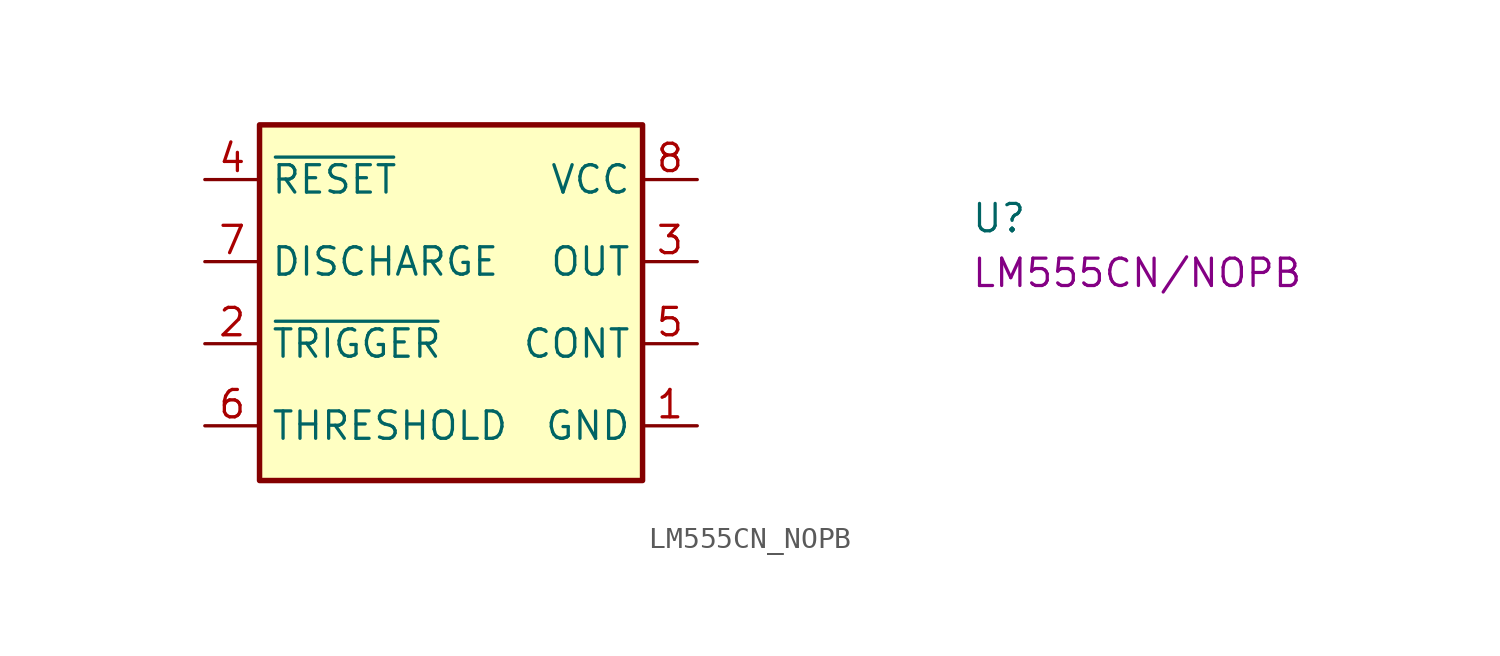
<source format=kicad_sym>
(kicad_symbol_lib
  (version 20220914)
  (generator kicad_symbol_editor)
  (symbol "LM555CN_NOPB"
    (property "Reference" "U"
      (at 35.56 -2.54 0)
      (effects (font (size 1.27 1.27) (thickness 0.15)) (justify left bottom)))
    (property "MPN" "LM555CN/NOPB"
      (at 35.56 -5.08 0)
      (effects (font (size 1.27 1.27) (thickness 0.15)) (justify left bottom)))
    (symbol "LM555CN_NOPB_1_1"
      (rectangle (start 2.54 2.54) (end 20.32 -13.97) (stroke (width 0.254) (type default)) (fill (type background)))
      (pin power_in line (at 22.86 -11.43 180) (length 2.54) (name "GND" (effects (font (size 1.27 1.27)))) (number "1" (effects (font (size 1.27 1.27)))))
      (pin input line (at 0 -7.62 0) (length 2.54) (name "~{TRIGGER}" (effects (font (size 1.27 1.27)))) (number "2" (effects (font (size 1.27 1.27)))))
      (pin output line (at 22.86 -3.81 180) (length 2.54) (name "OUT" (effects (font (size 1.27 1.27)))) (number "3" (effects (font (size 1.27 1.27)))))
      (pin input line (at 0 0 0) (length 2.54) (name "~{RESET}" (effects (font (size 1.27 1.27)))) (number "4" (effects (font (size 1.27 1.27)))))
      (pin input line (at 22.86 -7.62 180) (length 2.54) (name "CONT" (effects (font (size 1.27 1.27)))) (number "5" (effects (font (size 1.27 1.27)))))
      (pin input line (at 0 -11.43 0) (length 2.54) (name "THRESHOLD" (effects (font (size 1.27 1.27)))) (number "6" (effects (font (size 1.27 1.27)))))
      (pin output line (at 0 -3.81 0) (length 2.54) (name "DISCHARGE" (effects (font (size 1.27 1.27)))) (number "7" (effects (font (size 1.27 1.27)))))
      (pin power_in line (at 22.86 0 180) (length 2.54) (name "VCC" (effects (font (size 1.27 1.27)))) (number "8" (effects (font (size 1.27 1.27))))))))
</source>
